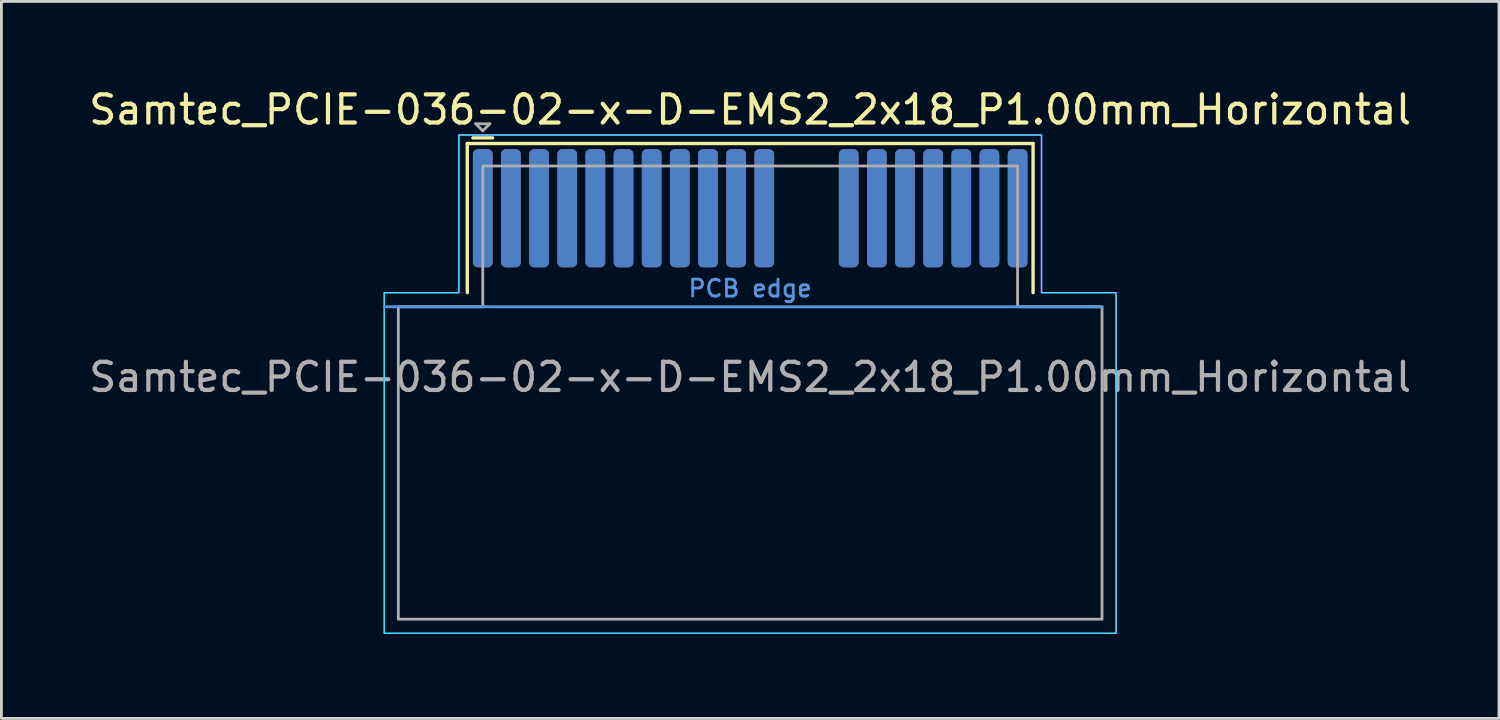
<source format=kicad_pcb>
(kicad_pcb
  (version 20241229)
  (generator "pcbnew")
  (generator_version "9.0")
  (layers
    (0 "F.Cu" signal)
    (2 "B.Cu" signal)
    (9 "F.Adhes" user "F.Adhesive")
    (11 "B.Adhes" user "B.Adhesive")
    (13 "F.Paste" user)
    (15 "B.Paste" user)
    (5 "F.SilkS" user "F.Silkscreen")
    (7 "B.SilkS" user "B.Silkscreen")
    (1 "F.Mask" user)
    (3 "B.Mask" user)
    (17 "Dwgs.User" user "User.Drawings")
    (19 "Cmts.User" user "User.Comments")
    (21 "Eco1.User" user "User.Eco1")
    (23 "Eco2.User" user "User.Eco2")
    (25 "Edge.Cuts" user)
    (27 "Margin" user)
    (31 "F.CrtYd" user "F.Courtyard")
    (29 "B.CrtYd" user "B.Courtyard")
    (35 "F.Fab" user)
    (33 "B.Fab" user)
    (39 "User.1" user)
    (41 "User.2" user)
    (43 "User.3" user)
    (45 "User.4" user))
  (footprint "Samtec_PCIE-036-02-x-D-EMS2_2x18_P1.00mm_Horizontal"
    (layer "F.Cu")
    (at 23.601 4.348)
    (property "Reference" "Samtec_PCIE-036-02-x-D-EMS2_2x18_P1.00mm_Horizontal" (at 0 -3.5 0) (unlocked yes) (layer "F.SilkS") (effects (font (size 1 1) (thickness 0.15))))
    (attr smd)
    (fp_line (start -10.05 -2.3) (end 10.05 -2.3) (stroke (width 0.12) (type solid)) (layer "F.SilkS"))
    (fp_line (start -10.05 3) (end -10.05 -2.3) (stroke (width 0.12) (type solid)) (layer "F.SilkS"))
    (fp_line (start -9.85 -2.5) (end -9.15 -2.5) (stroke (width 0.12) (type solid)) (layer "F.SilkS"))
    (fp_line (start 10.05 3) (end 10.05 -2.3) (stroke (width 0.12) (type solid)) (layer "F.SilkS"))
    (fp_line (start -13 3.5) (end 12.5 3.5) (stroke (width 0.1) (type solid)) (layer "Cmts.User"))
    (fp_poly (pts (xy 10.35 -2.6) (xy -10.35 -2.6) (xy -10.35 3) (xy -13 3) (xy -13 15.1) (xy 13 15.1) (xy 13 3) (xy 10.35 3)) (stroke (width 0.05) (type solid)) (fill no) (layer "B.CrtYd"))
    (fp_poly (pts (xy 10.35 -2.6) (xy -10.35 -2.6) (xy -10.35 3) (xy -13 3) (xy -13 15.1) (xy 13 15.1) (xy 13 3) (xy 10.35 3)) (stroke (width 0.05) (type solid)) (fill no) (layer "F.CrtYd"))
    (fp_line (start -9.75 -3) (end -9.5 -2.75) (stroke (width 0.1) (type solid)) (layer "F.Fab"))
    (fp_line (start -9.5 -2.75) (end -9.25 -3) (stroke (width 0.1) (type solid)) (layer "F.Fab"))
    (fp_line (start -9.25 -3) (end -9.75 -3) (stroke (width 0.1) (type solid)) (layer "F.Fab"))
    (fp_poly (pts (xy -12.5 3.5) (xy -9.5 3.5) (xy -9.5 -1.5) (xy 9.5 -1.5) (xy 9.5 3.5) (xy 12.5 3.5) (xy 12.5 14.6) (xy -12.5 14.6)) (stroke (width 0.1) (type solid)) (fill no) (layer "F.Fab"))
    (fp_text user "PCB edge" (at 0 3.2 0) (unlocked yes) (layer "Cmts.User") (effects (font (size 0.6 0.6) (thickness 0.1)) (justify bottom)))
    (fp_text user "${REFERENCE}" (at 0 6 0) (unlocked yes) (layer "F.Fab") (effects (font (size 1 1) (thickness 0.15))))
    (pad "A1" smd roundrect (at -9.5 0) (size 0.7 4.2) (layers "F.Cu" "F.Mask" "F.Paste") (roundrect_rratio 0.25))
    (pad "A2" smd roundrect (at -8.5 0) (size 0.7 4.2) (layers "F.Cu" "F.Mask" "F.Paste") (roundrect_rratio 0.25))
    (pad "A3" smd roundrect (at -7.5 0) (size 0.7 4.2) (layers "F.Cu" "F.Mask" "F.Paste") (roundrect_rratio 0.25))
    (pad "A4" smd roundrect (at -6.5 0) (size 0.7 4.2) (layers "F.Cu" "F.Mask" "F.Paste") (roundrect_rratio 0.25))
    (pad "A5" smd roundrect (at -5.5 0) (size 0.7 4.2) (layers "F.Cu" "F.Mask" "F.Paste") (roundrect_rratio 0.25))
    (pad "A6" smd roundrect (at -4.5 0) (size 0.7 4.2) (layers "F.Cu" "F.Mask" "F.Paste") (roundrect_rratio 0.25))
    (pad "A7" smd roundrect (at -3.5 0) (size 0.7 4.2) (layers "F.Cu" "F.Mask" "F.Paste") (roundrect_rratio 0.25))
    (pad "A8" smd roundrect (at -2.5 0) (size 0.7 4.2) (layers "F.Cu" "F.Mask" "F.Paste") (roundrect_rratio 0.25))
    (pad "A9" smd roundrect (at -1.5 0) (size 0.7 4.2) (layers "F.Cu" "F.Mask" "F.Paste") (roundrect_rratio 0.25))
    (pad "A10" smd roundrect (at -0.5 0) (size 0.7 4.2) (layers "F.Cu" "F.Mask" "F.Paste") (roundrect_rratio 0.25))
    (pad "A11" smd roundrect (at 0.5 0) (size 0.7 4.2) (layers "F.Cu" "F.Mask" "F.Paste") (roundrect_rratio 0.25))
    (pad "A12" smd roundrect (at 3.5 0) (size 0.7 4.2) (layers "F.Cu" "F.Mask" "F.Paste") (roundrect_rratio 0.25))
    (pad "A13" smd roundrect (at 4.5 0) (size 0.7 4.2) (layers "F.Cu" "F.Mask" "F.Paste") (roundrect_rratio 0.25))
    (pad "A14" smd roundrect (at 5.5 0) (size 0.7 4.2) (layers "F.Cu" "F.Mask" "F.Paste") (roundrect_rratio 0.25))
    (pad "A15" smd roundrect (at 6.5 0) (size 0.7 4.2) (layers "F.Cu" "F.Mask" "F.Paste") (roundrect_rratio 0.25))
    (pad "A16" smd roundrect (at 7.5 0) (size 0.7 4.2) (layers "F.Cu" "F.Mask" "F.Paste") (roundrect_rratio 0.25))
    (pad "A17" smd roundrect (at 8.5 0) (size 0.7 4.2) (layers "F.Cu" "F.Mask" "F.Paste") (roundrect_rratio 0.25))
    (pad "A18" smd roundrect (at 9.5 0) (size 0.7 4.2) (layers "F.Cu" "F.Mask" "F.Paste") (roundrect_rratio 0.25))
    (pad "B1" smd roundrect (at -9.5 0) (size 0.7 4.2) (layers "B.Cu" "B.Mask" "B.Paste") (roundrect_rratio 0.25))
    (pad "B2" smd roundrect (at -8.5 0) (size 0.7 4.2) (layers "B.Cu" "B.Mask" "B.Paste") (roundrect_rratio 0.25))
    (pad "B3" smd roundrect (at -7.5 0) (size 0.7 4.2) (layers "B.Cu" "B.Mask" "B.Paste") (roundrect_rratio 0.25))
    (pad "B4" smd roundrect (at -6.5 0) (size 0.7 4.2) (layers "B.Cu" "B.Mask" "B.Paste") (roundrect_rratio 0.25))
    (pad "B5" smd roundrect (at -5.5 0) (size 0.7 4.2) (layers "B.Cu" "B.Mask" "B.Paste") (roundrect_rratio 0.25))
    (pad "B6" smd roundrect (at -4.5 0) (size 0.7 4.2) (layers "B.Cu" "B.Mask" "B.Paste") (roundrect_rratio 0.25))
    (pad "B7" smd roundrect (at -3.5 0) (size 0.7 4.2) (layers "B.Cu" "B.Mask" "B.Paste") (roundrect_rratio 0.25))
    (pad "B8" smd roundrect (at -2.5 0) (size 0.7 4.2) (layers "B.Cu" "B.Mask" "B.Paste") (roundrect_rratio 0.25))
    (pad "B9" smd roundrect (at -1.5 0) (size 0.7 4.2) (layers "B.Cu" "B.Mask" "B.Paste") (roundrect_rratio 0.25))
    (pad "B10" smd roundrect (at -0.5 0) (size 0.7 4.2) (layers "B.Cu" "B.Mask" "B.Paste") (roundrect_rratio 0.25))
    (pad "B11" smd roundrect (at 0.5 0) (size 0.7 4.2) (layers "B.Cu" "B.Mask" "B.Paste") (roundrect_rratio 0.25))
    (pad "B12" smd roundrect (at 3.5 0) (size 0.7 4.2) (layers "B.Cu" "B.Mask" "B.Paste") (roundrect_rratio 0.25))
    (pad "B13" smd roundrect (at 4.5 0) (size 0.7 4.2) (layers "B.Cu" "B.Mask" "B.Paste") (roundrect_rratio 0.25))
    (pad "B14" smd roundrect (at 5.5 0) (size 0.7 4.2) (layers "B.Cu" "B.Mask" "B.Paste") (roundrect_rratio 0.25))
    (pad "B15" smd roundrect (at 6.5 0) (size 0.7 4.2) (layers "B.Cu" "B.Mask" "B.Paste") (roundrect_rratio 0.25))
    (pad "B16" smd roundrect (at 7.5 0) (size 0.7 4.2) (layers "B.Cu" "B.Mask" "B.Paste") (roundrect_rratio 0.25))
    (pad "B17" smd roundrect (at 8.5 0) (size 0.7 4.2) (layers "B.Cu" "B.Mask" "B.Paste") (roundrect_rratio 0.25))
    (pad "B18" smd roundrect (at 9.5 0) (size 0.7 4.2) (layers "B.Cu" "B.Mask" "B.Paste") (roundrect_rratio 0.25)))
  (gr_rect
    (start -3 -3)
    (end 50.202 22.473)
    (stroke (width 0.1) (type default))
    (fill no)
    (layer "Edge.Cuts")))
</source>
